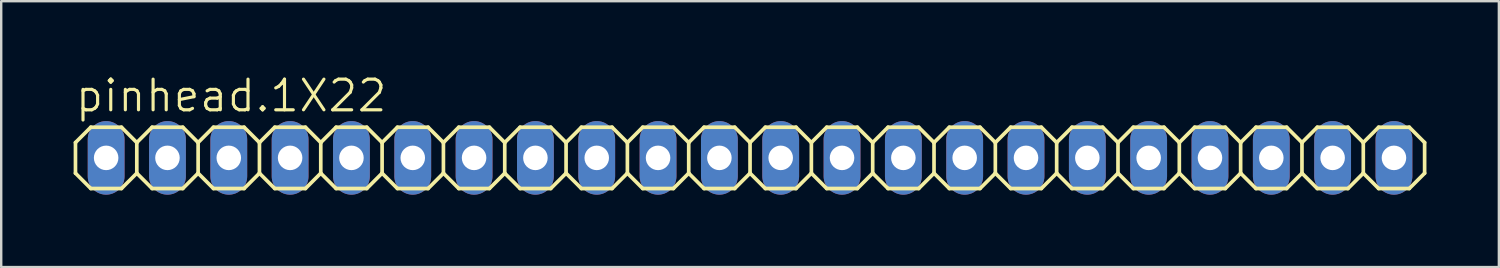
<source format=kicad_pcb>
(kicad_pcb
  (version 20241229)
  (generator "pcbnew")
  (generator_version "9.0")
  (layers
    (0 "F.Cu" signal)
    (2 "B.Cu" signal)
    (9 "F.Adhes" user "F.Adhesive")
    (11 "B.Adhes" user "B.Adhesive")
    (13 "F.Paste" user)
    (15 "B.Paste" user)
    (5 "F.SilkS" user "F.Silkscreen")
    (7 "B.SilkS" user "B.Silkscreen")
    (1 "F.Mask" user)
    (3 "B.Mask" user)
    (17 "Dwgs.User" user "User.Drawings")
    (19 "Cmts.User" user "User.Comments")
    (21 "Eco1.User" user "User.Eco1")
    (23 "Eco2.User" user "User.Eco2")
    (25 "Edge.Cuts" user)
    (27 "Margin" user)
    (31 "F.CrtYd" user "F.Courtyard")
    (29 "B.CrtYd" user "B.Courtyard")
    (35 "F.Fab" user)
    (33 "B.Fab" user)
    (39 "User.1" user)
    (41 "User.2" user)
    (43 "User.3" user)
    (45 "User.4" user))
  (footprint "pinhead.1X22"
    (layer "F.Cu")
    (at 28.016 3.489)
    (property "Reference" "pinhead.1X22" (at -28.016 -1.829 0) (layer "F.SilkS") (effects (font (size 1.27 1.27) (thickness 0.13)) (justify left bottom)))
    (attr through_hole)
    (fp_line (start -27.94 -0.635) (end -27.94 0.635) (stroke (width 0.152) (type default)) (layer "F.SilkS"))
    (fp_line (start -27.94 0.635) (end -27.305 1.27) (stroke (width 0.152) (type default)) (layer "F.SilkS"))
    (fp_line (start -27.305 -1.27) (end -27.94 -0.635) (stroke (width 0.152) (type default)) (layer "F.SilkS"))
    (fp_line (start -27.305 -1.27) (end -26.035 -1.27) (stroke (width 0.152) (type default)) (layer "F.SilkS"))
    (fp_line (start -26.035 -1.27) (end -25.4 -0.635) (stroke (width 0.152) (type default)) (layer "F.SilkS"))
    (fp_line (start -26.035 1.27) (end -27.305 1.27) (stroke (width 0.152) (type default)) (layer "F.SilkS"))
    (fp_line (start -25.4 -0.635) (end -25.4 0.635) (stroke (width 0.152) (type default)) (layer "F.SilkS"))
    (fp_line (start -25.4 -0.635) (end -24.765 -1.27) (stroke (width 0.152) (type default)) (layer "F.SilkS"))
    (fp_line (start -25.4 0.635) (end -26.035 1.27) (stroke (width 0.152) (type default)) (layer "F.SilkS"))
    (fp_line (start -24.765 -1.27) (end -23.495 -1.27) (stroke (width 0.152) (type default)) (layer "F.SilkS"))
    (fp_line (start -24.765 1.27) (end -25.4 0.635) (stroke (width 0.152) (type default)) (layer "F.SilkS"))
    (fp_line (start -23.495 -1.27) (end -22.86 -0.635) (stroke (width 0.152) (type default)) (layer "F.SilkS"))
    (fp_line (start -23.495 1.27) (end -24.765 1.27) (stroke (width 0.152) (type default)) (layer "F.SilkS"))
    (fp_line (start -22.86 -0.635) (end -22.86 0.635) (stroke (width 0.152) (type default)) (layer "F.SilkS"))
    (fp_line (start -22.86 -0.635) (end -22.225 -1.27) (stroke (width 0.152) (type default)) (layer "F.SilkS"))
    (fp_line (start -22.86 0.635) (end -23.495 1.27) (stroke (width 0.152) (type default)) (layer "F.SilkS"))
    (fp_line (start -22.225 -1.27) (end -20.955 -1.27) (stroke (width 0.152) (type default)) (layer "F.SilkS"))
    (fp_line (start -22.225 1.27) (end -22.86 0.635) (stroke (width 0.152) (type default)) (layer "F.SilkS"))
    (fp_line (start -20.955 -1.27) (end -20.32 -0.635) (stroke (width 0.152) (type default)) (layer "F.SilkS"))
    (fp_line (start -20.955 1.27) (end -22.225 1.27) (stroke (width 0.152) (type default)) (layer "F.SilkS"))
    (fp_line (start -20.32 -0.635) (end -20.32 0.635) (stroke (width 0.152) (type default)) (layer "F.SilkS"))
    (fp_line (start -20.32 0.635) (end -20.955 1.27) (stroke (width 0.152) (type default)) (layer "F.SilkS"))
    (fp_line (start -20.32 0.635) (end -19.685 1.27) (stroke (width 0.152) (type default)) (layer "F.SilkS"))
    (fp_line (start -19.685 -1.27) (end -20.32 -0.635) (stroke (width 0.152) (type default)) (layer "F.SilkS"))
    (fp_line (start -19.685 -1.27) (end -18.415 -1.27) (stroke (width 0.152) (type default)) (layer "F.SilkS"))
    (fp_line (start -18.415 -1.27) (end -17.78 -0.635) (stroke (width 0.152) (type default)) (layer "F.SilkS"))
    (fp_line (start -18.415 1.27) (end -19.685 1.27) (stroke (width 0.152) (type default)) (layer "F.SilkS"))
    (fp_line (start -17.78 -0.635) (end -17.78 0.635) (stroke (width 0.152) (type default)) (layer "F.SilkS"))
    (fp_line (start -17.78 -0.635) (end -17.145 -1.27) (stroke (width 0.152) (type default)) (layer "F.SilkS"))
    (fp_line (start -17.78 0.635) (end -18.415 1.27) (stroke (width 0.152) (type default)) (layer "F.SilkS"))
    (fp_line (start -17.145 -1.27) (end -15.875 -1.27) (stroke (width 0.152) (type default)) (layer "F.SilkS"))
    (fp_line (start -17.145 1.27) (end -17.78 0.635) (stroke (width 0.152) (type default)) (layer "F.SilkS"))
    (fp_line (start -15.875 -1.27) (end -15.24 -0.635) (stroke (width 0.152) (type default)) (layer "F.SilkS"))
    (fp_line (start -15.875 1.27) (end -17.145 1.27) (stroke (width 0.152) (type default)) (layer "F.SilkS"))
    (fp_line (start -15.24 -0.635) (end -15.24 0.635) (stroke (width 0.152) (type default)) (layer "F.SilkS"))
    (fp_line (start -15.24 -0.635) (end -14.605 -1.27) (stroke (width 0.152) (type default)) (layer "F.SilkS"))
    (fp_line (start -15.24 0.635) (end -15.875 1.27) (stroke (width 0.152) (type default)) (layer "F.SilkS"))
    (fp_line (start -14.605 -1.27) (end -13.335 -1.27) (stroke (width 0.152) (type default)) (layer "F.SilkS"))
    (fp_line (start -14.605 1.27) (end -15.24 0.635) (stroke (width 0.152) (type default)) (layer "F.SilkS"))
    (fp_line (start -13.335 -1.27) (end -12.7 -0.635) (stroke (width 0.152) (type default)) (layer "F.SilkS"))
    (fp_line (start -13.335 1.27) (end -14.605 1.27) (stroke (width 0.152) (type default)) (layer "F.SilkS"))
    (fp_line (start -12.7 -0.635) (end -12.7 0.635) (stroke (width 0.152) (type default)) (layer "F.SilkS"))
    (fp_line (start -12.7 0.635) (end -13.335 1.27) (stroke (width 0.152) (type default)) (layer "F.SilkS"))
    (fp_line (start -12.7 0.635) (end -12.065 1.27) (stroke (width 0.152) (type default)) (layer "F.SilkS"))
    (fp_line (start -12.065 -1.27) (end -12.7 -0.635) (stroke (width 0.152) (type default)) (layer "F.SilkS"))
    (fp_line (start -12.065 -1.27) (end -10.795 -1.27) (stroke (width 0.152) (type default)) (layer "F.SilkS"))
    (fp_line (start -10.795 -1.27) (end -10.16 -0.635) (stroke (width 0.152) (type default)) (layer "F.SilkS"))
    (fp_line (start -10.795 1.27) (end -12.065 1.27) (stroke (width 0.152) (type default)) (layer "F.SilkS"))
    (fp_line (start -10.16 -0.635) (end -10.16 0.635) (stroke (width 0.152) (type default)) (layer "F.SilkS"))
    (fp_line (start -10.16 -0.635) (end -9.525 -1.27) (stroke (width 0.152) (type default)) (layer "F.SilkS"))
    (fp_line (start -10.16 0.635) (end -10.795 1.27) (stroke (width 0.152) (type default)) (layer "F.SilkS"))
    (fp_line (start -9.525 -1.27) (end -8.255 -1.27) (stroke (width 0.152) (type default)) (layer "F.SilkS"))
    (fp_line (start -9.525 1.27) (end -10.16 0.635) (stroke (width 0.152) (type default)) (layer "F.SilkS"))
    (fp_line (start -8.255 -1.27) (end -7.62 -0.635) (stroke (width 0.152) (type default)) (layer "F.SilkS"))
    (fp_line (start -8.255 1.27) (end -9.525 1.27) (stroke (width 0.152) (type default)) (layer "F.SilkS"))
    (fp_line (start -7.62 -0.635) (end -7.62 0.635) (stroke (width 0.152) (type default)) (layer "F.SilkS"))
    (fp_line (start -7.62 -0.635) (end -6.985 -1.27) (stroke (width 0.152) (type default)) (layer "F.SilkS"))
    (fp_line (start -7.62 0.635) (end -8.255 1.27) (stroke (width 0.152) (type default)) (layer "F.SilkS"))
    (fp_line (start -6.985 -1.27) (end -5.715 -1.27) (stroke (width 0.152) (type default)) (layer "F.SilkS"))
    (fp_line (start -6.985 1.27) (end -7.62 0.635) (stroke (width 0.152) (type default)) (layer "F.SilkS"))
    (fp_line (start -5.715 -1.27) (end -5.08 -0.635) (stroke (width 0.152) (type default)) (layer "F.SilkS"))
    (fp_line (start -5.715 1.27) (end -6.985 1.27) (stroke (width 0.152) (type default)) (layer "F.SilkS"))
    (fp_line (start -5.08 -0.635) (end -5.08 0.635) (stroke (width 0.152) (type default)) (layer "F.SilkS"))
    (fp_line (start -5.08 0.635) (end -5.715 1.27) (stroke (width 0.152) (type default)) (layer "F.SilkS"))
    (fp_line (start -5.08 0.635) (end -4.445 1.27) (stroke (width 0.152) (type default)) (layer "F.SilkS"))
    (fp_line (start -4.445 -1.27) (end -5.08 -0.635) (stroke (width 0.152) (type default)) (layer "F.SilkS"))
    (fp_line (start -4.445 -1.27) (end -3.175 -1.27) (stroke (width 0.152) (type default)) (layer "F.SilkS"))
    (fp_line (start -3.175 -1.27) (end -2.54 -0.635) (stroke (width 0.152) (type default)) (layer "F.SilkS"))
    (fp_line (start -3.175 1.27) (end -4.445 1.27) (stroke (width 0.152) (type default)) (layer "F.SilkS"))
    (fp_line (start -2.54 -0.635) (end -2.54 0.635) (stroke (width 0.152) (type default)) (layer "F.SilkS"))
    (fp_line (start -2.54 -0.635) (end -1.905 -1.27) (stroke (width 0.152) (type default)) (layer "F.SilkS"))
    (fp_line (start -2.54 0.635) (end -3.175 1.27) (stroke (width 0.152) (type default)) (layer "F.SilkS"))
    (fp_line (start -1.905 -1.27) (end -0.635 -1.27) (stroke (width 0.152) (type default)) (layer "F.SilkS"))
    (fp_line (start -1.905 1.27) (end -2.54 0.635) (stroke (width 0.152) (type default)) (layer "F.SilkS"))
    (fp_line (start -0.635 -1.27) (end 0 -0.635) (stroke (width 0.152) (type default)) (layer "F.SilkS"))
    (fp_line (start -0.635 1.27) (end -1.905 1.27) (stroke (width 0.152) (type default)) (layer "F.SilkS"))
    (fp_line (start 0 -0.635) (end 0 0.635) (stroke (width 0.152) (type default)) (layer "F.SilkS"))
    (fp_line (start 0 -0.635) (end 0.635 -1.27) (stroke (width 0.152) (type default)) (layer "F.SilkS"))
    (fp_line (start 0 0.635) (end -0.635 1.27) (stroke (width 0.152) (type default)) (layer "F.SilkS"))
    (fp_line (start 0.635 -1.27) (end 1.905 -1.27) (stroke (width 0.152) (type default)) (layer "F.SilkS"))
    (fp_line (start 0.635 1.27) (end 0 0.635) (stroke (width 0.152) (type default)) (layer "F.SilkS"))
    (fp_line (start 1.905 -1.27) (end 2.54 -0.635) (stroke (width 0.152) (type default)) (layer "F.SilkS"))
    (fp_line (start 1.905 1.27) (end 0.635 1.27) (stroke (width 0.152) (type default)) (layer "F.SilkS"))
    (fp_line (start 2.54 -0.635) (end 2.54 0.635) (stroke (width 0.152) (type default)) (layer "F.SilkS"))
    (fp_line (start 2.54 0.635) (end 1.905 1.27) (stroke (width 0.152) (type default)) (layer "F.SilkS"))
    (fp_line (start 2.54 0.635) (end 3.175 1.27) (stroke (width 0.152) (type default)) (layer "F.SilkS"))
    (fp_line (start 3.175 -1.27) (end 2.54 -0.635) (stroke (width 0.152) (type default)) (layer "F.SilkS"))
    (fp_line (start 3.175 -1.27) (end 4.445 -1.27) (stroke (width 0.152) (type default)) (layer "F.SilkS"))
    (fp_line (start 4.445 -1.27) (end 5.08 -0.635) (stroke (width 0.152) (type default)) (layer "F.SilkS"))
    (fp_line (start 4.445 1.27) (end 3.175 1.27) (stroke (width 0.152) (type default)) (layer "F.SilkS"))
    (fp_line (start 5.08 -0.635) (end 5.08 0.635) (stroke (width 0.152) (type default)) (layer "F.SilkS"))
    (fp_line (start 5.08 -0.635) (end 5.715 -1.27) (stroke (width 0.152) (type default)) (layer "F.SilkS"))
    (fp_line (start 5.08 0.635) (end 4.445 1.27) (stroke (width 0.152) (type default)) (layer "F.SilkS"))
    (fp_line (start 5.715 -1.27) (end 6.985 -1.27) (stroke (width 0.152) (type default)) (layer "F.SilkS"))
    (fp_line (start 5.715 1.27) (end 5.08 0.635) (stroke (width 0.152) (type default)) (layer "F.SilkS"))
    (fp_line (start 6.985 -1.27) (end 7.62 -0.635) (stroke (width 0.152) (type default)) (layer "F.SilkS"))
    (fp_line (start 6.985 1.27) (end 5.715 1.27) (stroke (width 0.152) (type default)) (layer "F.SilkS"))
    (fp_line (start 7.62 -0.635) (end 7.62 0.635) (stroke (width 0.152) (type default)) (layer "F.SilkS"))
    (fp_line (start 7.62 -0.635) (end 8.255 -1.27) (stroke (width 0.152) (type default)) (layer "F.SilkS"))
    (fp_line (start 7.62 0.635) (end 6.985 1.27) (stroke (width 0.152) (type default)) (layer "F.SilkS"))
    (fp_line (start 8.255 -1.27) (end 9.525 -1.27) (stroke (width 0.152) (type default)) (layer "F.SilkS"))
    (fp_line (start 8.255 1.27) (end 7.62 0.635) (stroke (width 0.152) (type default)) (layer "F.SilkS"))
    (fp_line (start 9.525 -1.27) (end 10.16 -0.635) (stroke (width 0.152) (type default)) (layer "F.SilkS"))
    (fp_line (start 9.525 1.27) (end 8.255 1.27) (stroke (width 0.152) (type default)) (layer "F.SilkS"))
    (fp_line (start 10.16 -0.635) (end 10.16 0.635) (stroke (width 0.152) (type default)) (layer "F.SilkS"))
    (fp_line (start 10.16 0.635) (end 9.525 1.27) (stroke (width 0.152) (type default)) (layer "F.SilkS"))
    (fp_line (start 10.16 0.635) (end 10.795 1.27) (stroke (width 0.152) (type default)) (layer "F.SilkS"))
    (fp_line (start 10.795 -1.27) (end 10.16 -0.635) (stroke (width 0.152) (type default)) (layer "F.SilkS"))
    (fp_line (start 10.795 -1.27) (end 12.065 -1.27) (stroke (width 0.152) (type default)) (layer "F.SilkS"))
    (fp_line (start 12.065 -1.27) (end 12.7 -0.635) (stroke (width 0.152) (type default)) (layer "F.SilkS"))
    (fp_line (start 12.065 1.27) (end 10.795 1.27) (stroke (width 0.152) (type default)) (layer "F.SilkS"))
    (fp_line (start 12.7 -0.635) (end 12.7 0.635) (stroke (width 0.152) (type default)) (layer "F.SilkS"))
    (fp_line (start 12.7 -0.635) (end 13.335 -1.27) (stroke (width 0.152) (type default)) (layer "F.SilkS"))
    (fp_line (start 12.7 0.635) (end 12.065 1.27) (stroke (width 0.152) (type default)) (layer "F.SilkS"))
    (fp_line (start 13.335 -1.27) (end 14.605 -1.27) (stroke (width 0.152) (type default)) (layer "F.SilkS"))
    (fp_line (start 13.335 1.27) (end 12.7 0.635) (stroke (width 0.152) (type default)) (layer "F.SilkS"))
    (fp_line (start 14.605 -1.27) (end 15.24 -0.635) (stroke (width 0.152) (type default)) (layer "F.SilkS"))
    (fp_line (start 14.605 1.27) (end 13.335 1.27) (stroke (width 0.152) (type default)) (layer "F.SilkS"))
    (fp_line (start 15.24 -0.635) (end 15.24 0.635) (stroke (width 0.152) (type default)) (layer "F.SilkS"))
    (fp_line (start 15.24 -0.635) (end 15.875 -1.27) (stroke (width 0.152) (type default)) (layer "F.SilkS"))
    (fp_line (start 15.24 0.635) (end 14.605 1.27) (stroke (width 0.152) (type default)) (layer "F.SilkS"))
    (fp_line (start 15.875 -1.27) (end 17.145 -1.27) (stroke (width 0.152) (type default)) (layer "F.SilkS"))
    (fp_line (start 15.875 1.27) (end 15.24 0.635) (stroke (width 0.152) (type default)) (layer "F.SilkS"))
    (fp_line (start 17.145 -1.27) (end 17.78 -0.635) (stroke (width 0.152) (type default)) (layer "F.SilkS"))
    (fp_line (start 17.145 1.27) (end 15.875 1.27) (stroke (width 0.152) (type default)) (layer "F.SilkS"))
    (fp_line (start 17.78 -0.635) (end 17.78 0.635) (stroke (width 0.152) (type default)) (layer "F.SilkS"))
    (fp_line (start 17.78 0.635) (end 17.145 1.27) (stroke (width 0.152) (type default)) (layer "F.SilkS"))
    (fp_line (start 17.78 0.635) (end 18.415 1.27) (stroke (width 0.152) (type default)) (layer "F.SilkS"))
    (fp_line (start 18.415 -1.27) (end 17.78 -0.635) (stroke (width 0.152) (type default)) (layer "F.SilkS"))
    (fp_line (start 18.415 -1.27) (end 19.685 -1.27) (stroke (width 0.152) (type default)) (layer "F.SilkS"))
    (fp_line (start 19.685 -1.27) (end 20.32 -0.635) (stroke (width 0.152) (type default)) (layer "F.SilkS"))
    (fp_line (start 19.685 1.27) (end 18.415 1.27) (stroke (width 0.152) (type default)) (layer "F.SilkS"))
    (fp_line (start 20.32 -0.635) (end 20.32 0.635) (stroke (width 0.152) (type default)) (layer "F.SilkS"))
    (fp_line (start 20.32 0.635) (end 19.685 1.27) (stroke (width 0.152) (type default)) (layer "F.SilkS"))
    (fp_line (start 20.32 0.635) (end 20.955 1.27) (stroke (width 0.152) (type default)) (layer "F.SilkS"))
    (fp_line (start 20.955 -1.27) (end 20.32 -0.635) (stroke (width 0.152) (type default)) (layer "F.SilkS"))
    (fp_line (start 20.955 -1.27) (end 22.225 -1.27) (stroke (width 0.152) (type default)) (layer "F.SilkS"))
    (fp_line (start 22.225 -1.27) (end 22.86 -0.635) (stroke (width 0.152) (type default)) (layer "F.SilkS"))
    (fp_line (start 22.225 1.27) (end 20.955 1.27) (stroke (width 0.152) (type default)) (layer "F.SilkS"))
    (fp_line (start 22.86 -0.635) (end 22.86 0.635) (stroke (width 0.152) (type default)) (layer "F.SilkS"))
    (fp_line (start 22.86 0.635) (end 22.225 1.27) (stroke (width 0.152) (type default)) (layer "F.SilkS"))
    (fp_line (start 22.86 0.635) (end 23.495 1.27) (stroke (width 0.152) (type default)) (layer "F.SilkS"))
    (fp_line (start 23.495 -1.27) (end 22.86 -0.635) (stroke (width 0.152) (type default)) (layer "F.SilkS"))
    (fp_line (start 23.495 -1.27) (end 24.765 -1.27) (stroke (width 0.152) (type default)) (layer "F.SilkS"))
    (fp_line (start 24.765 -1.27) (end 25.4 -0.635) (stroke (width 0.152) (type default)) (layer "F.SilkS"))
    (fp_line (start 24.765 1.27) (end 23.495 1.27) (stroke (width 0.152) (type default)) (layer "F.SilkS"))
    (fp_line (start 25.4 -0.635) (end 25.4 0.635) (stroke (width 0.152) (type default)) (layer "F.SilkS"))
    (fp_line (start 25.4 0.635) (end 24.765 1.27) (stroke (width 0.152) (type default)) (layer "F.SilkS"))
    (fp_line (start 25.4 0.635) (end 26.035 1.27) (stroke (width 0.152) (type default)) (layer "F.SilkS"))
    (fp_line (start 26.035 -1.27) (end 25.4 -0.635) (stroke (width 0.152) (type default)) (layer "F.SilkS"))
    (fp_line (start 26.035 -1.27) (end 27.305 -1.27) (stroke (width 0.152) (type default)) (layer "F.SilkS"))
    (fp_line (start 27.305 -1.27) (end 27.94 -0.635) (stroke (width 0.152) (type default)) (layer "F.SilkS"))
    (fp_line (start 27.305 1.27) (end 26.035 1.27) (stroke (width 0.152) (type default)) (layer "F.SilkS"))
    (fp_line (start 27.94 -0.635) (end 27.94 0.635) (stroke (width 0.152) (type default)) (layer "F.SilkS"))
    (fp_line (start 27.94 0.635) (end 27.305 1.27) (stroke (width 0.152) (type default)) (layer "F.SilkS"))
    (fp_rect (start -26.924 0.254) (end -26.416 -0.254) (stroke (width 0.05) (type default)) (fill no) (layer "F.Fab"))
    (fp_rect (start -24.384 0.254) (end -23.876 -0.254) (stroke (width 0.05) (type default)) (fill no) (layer "F.Fab"))
    (fp_rect (start -21.844 0.254) (end -21.336 -0.254) (stroke (width 0.05) (type default)) (fill no) (layer "F.Fab"))
    (fp_rect (start -19.304 0.254) (end -18.796 -0.254) (stroke (width 0.05) (type default)) (fill no) (layer "F.Fab"))
    (fp_rect (start -16.764 0.254) (end -16.256 -0.254) (stroke (width 0.05) (type default)) (fill no) (layer "F.Fab"))
    (fp_rect (start -14.224 0.254) (end -13.716 -0.254) (stroke (width 0.05) (type default)) (fill no) (layer "F.Fab"))
    (fp_rect (start -11.684 0.254) (end -11.176 -0.254) (stroke (width 0.05) (type default)) (fill no) (layer "F.Fab"))
    (fp_rect (start -9.144 0.254) (end -8.636 -0.254) (stroke (width 0.05) (type default)) (fill no) (layer "F.Fab"))
    (fp_rect (start -6.604 0.254) (end -6.096 -0.254) (stroke (width 0.05) (type default)) (fill no) (layer "F.Fab"))
    (fp_rect (start -4.064 0.254) (end -3.556 -0.254) (stroke (width 0.05) (type default)) (fill no) (layer "F.Fab"))
    (fp_rect (start -1.524 0.254) (end -1.016 -0.254) (stroke (width 0.05) (type default)) (fill no) (layer "F.Fab"))
    (fp_rect (start 1.016 0.254) (end 1.524 -0.254) (stroke (width 0.05) (type default)) (fill no) (layer "F.Fab"))
    (fp_rect (start 3.556 0.254) (end 4.064 -0.254) (stroke (width 0.05) (type default)) (fill no) (layer "F.Fab"))
    (fp_rect (start 6.096 0.254) (end 6.604 -0.254) (stroke (width 0.05) (type default)) (fill no) (layer "F.Fab"))
    (fp_rect (start 8.636 0.254) (end 9.144 -0.254) (stroke (width 0.05) (type default)) (fill no) (layer "F.Fab"))
    (fp_rect (start 11.176 0.254) (end 11.684 -0.254) (stroke (width 0.05) (type default)) (fill no) (layer "F.Fab"))
    (fp_rect (start 13.716 0.254) (end 14.224 -0.254) (stroke (width 0.05) (type default)) (fill no) (layer "F.Fab"))
    (fp_rect (start 16.256 0.254) (end 16.764 -0.254) (stroke (width 0.05) (type default)) (fill no) (layer "F.Fab"))
    (fp_rect (start 18.796 0.254) (end 19.304 -0.254) (stroke (width 0.05) (type default)) (fill no) (layer "F.Fab"))
    (fp_rect (start 21.336 0.254) (end 21.844 -0.254) (stroke (width 0.05) (type default)) (fill no) (layer "F.Fab"))
    (fp_rect (start 23.876 0.254) (end 24.384 -0.254) (stroke (width 0.05) (type default)) (fill no) (layer "F.Fab"))
    (fp_rect (start 26.416 0.254) (end 26.924 -0.254) (stroke (width 0.05) (type default)) (fill no) (layer "F.Fab"))
    (pad "1" thru_hole oval (at -26.67 0 90) (size 3.048 1.524) (drill 1.016) (layers "*.Cu" "*.Mask"))
    (pad "2" thru_hole oval (at -24.13 0 90) (size 3.048 1.524) (drill 1.016) (layers "*.Cu" "*.Mask"))
    (pad "3" thru_hole oval (at -21.59 0 90) (size 3.048 1.524) (drill 1.016) (layers "*.Cu" "*.Mask"))
    (pad "4" thru_hole oval (at -19.05 0 90) (size 3.048 1.524) (drill 1.016) (layers "*.Cu" "*.Mask"))
    (pad "5" thru_hole oval (at -16.51 0 90) (size 3.048 1.524) (drill 1.016) (layers "*.Cu" "*.Mask"))
    (pad "6" thru_hole oval (at -13.97 0 90) (size 3.048 1.524) (drill 1.016) (layers "*.Cu" "*.Mask"))
    (pad "7" thru_hole oval (at -11.43 0 90) (size 3.048 1.524) (drill 1.016) (layers "*.Cu" "*.Mask"))
    (pad "8" thru_hole oval (at -8.89 0 90) (size 3.048 1.524) (drill 1.016) (layers "*.Cu" "*.Mask"))
    (pad "9" thru_hole oval (at -6.35 0 90) (size 3.048 1.524) (drill 1.016) (layers "*.Cu" "*.Mask"))
    (pad "10" thru_hole oval (at -3.81 0 90) (size 3.048 1.524) (drill 1.016) (layers "*.Cu" "*.Mask"))
    (pad "11" thru_hole oval (at -1.27 0 90) (size 3.048 1.524) (drill 1.016) (layers "*.Cu" "*.Mask"))
    (pad "12" thru_hole oval (at 1.27 0 90) (size 3.048 1.524) (drill 1.016) (layers "*.Cu" "*.Mask"))
    (pad "13" thru_hole oval (at 3.81 0 90) (size 3.048 1.524) (drill 1.016) (layers "*.Cu" "*.Mask"))
    (pad "14" thru_hole oval (at 6.35 0 90) (size 3.048 1.524) (drill 1.016) (layers "*.Cu" "*.Mask"))
    (pad "15" thru_hole oval (at 8.89 0 90) (size 3.048 1.524) (drill 1.016) (layers "*.Cu" "*.Mask"))
    (pad "16" thru_hole oval (at 11.43 0 90) (size 3.048 1.524) (drill 1.016) (layers "*.Cu" "*.Mask"))
    (pad "17" thru_hole oval (at 13.97 0 90) (size 3.048 1.524) (drill 1.016) (layers "*.Cu" "*.Mask"))
    (pad "18" thru_hole oval (at 16.51 0 90) (size 3.048 1.524) (drill 1.016) (layers "*.Cu" "*.Mask"))
    (pad "19" thru_hole oval (at 19.05 0 90) (size 3.048 1.524) (drill 1.016) (layers "*.Cu" "*.Mask"))
    (pad "20" thru_hole oval (at 21.59 0 90) (size 3.048 1.524) (drill 1.016) (layers "*.Cu" "*.Mask"))
    (pad "21" thru_hole oval (at 24.13 0 90) (size 3.048 1.524) (drill 1.016) (layers "*.Cu" "*.Mask"))
    (pad "22" thru_hole oval (at 26.67 0 90) (size 3.048 1.524) (drill 1.016) (layers "*.Cu" "*.Mask")))
  (gr_rect
    (start -3 -3)
    (end 59.032 8.013)
    (stroke (width 0.1) (type default))
    (fill no)
    (layer "Edge.Cuts")))
</source>
